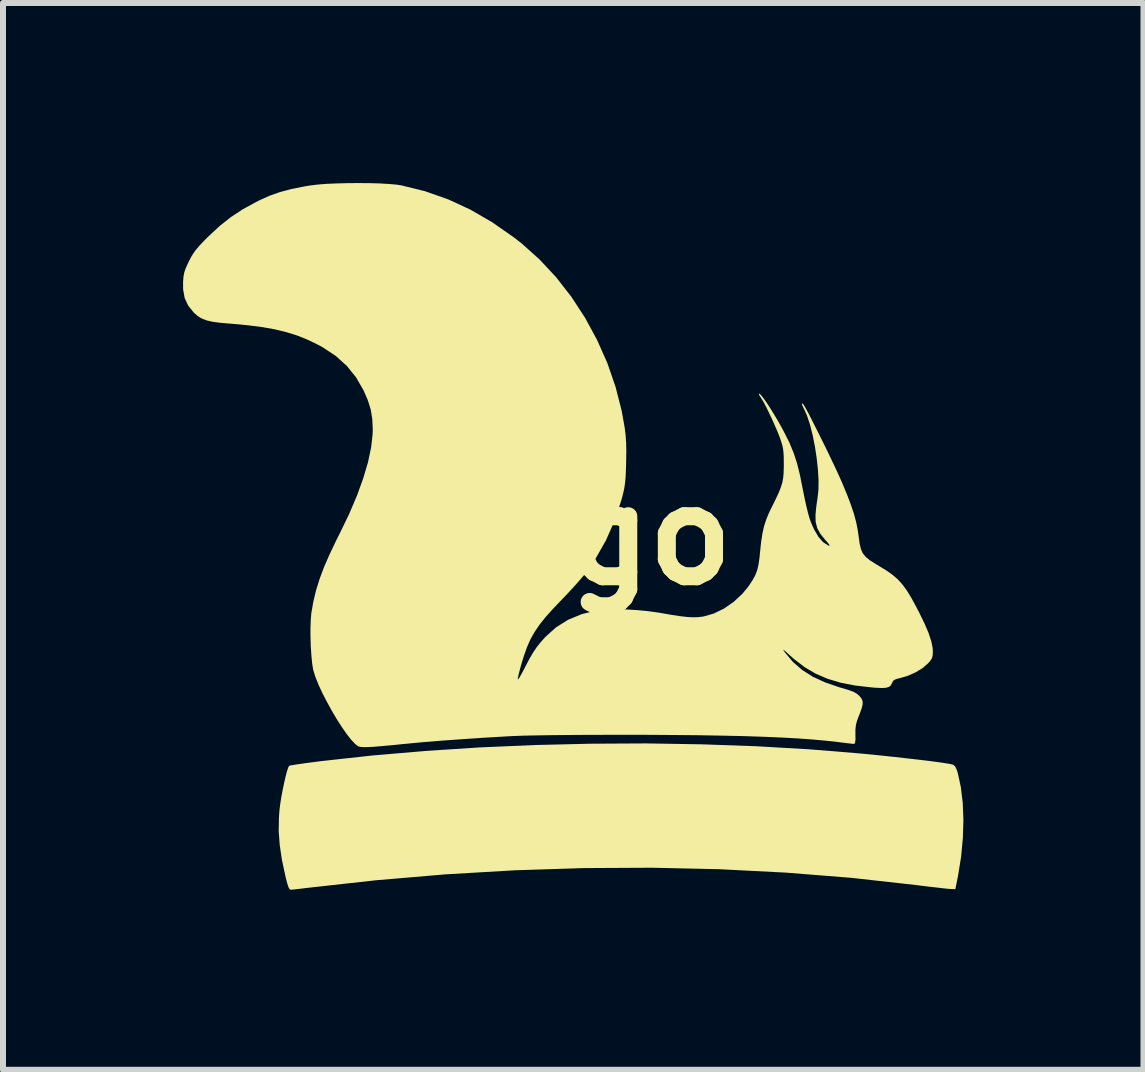
<source format=kicad_pcb>
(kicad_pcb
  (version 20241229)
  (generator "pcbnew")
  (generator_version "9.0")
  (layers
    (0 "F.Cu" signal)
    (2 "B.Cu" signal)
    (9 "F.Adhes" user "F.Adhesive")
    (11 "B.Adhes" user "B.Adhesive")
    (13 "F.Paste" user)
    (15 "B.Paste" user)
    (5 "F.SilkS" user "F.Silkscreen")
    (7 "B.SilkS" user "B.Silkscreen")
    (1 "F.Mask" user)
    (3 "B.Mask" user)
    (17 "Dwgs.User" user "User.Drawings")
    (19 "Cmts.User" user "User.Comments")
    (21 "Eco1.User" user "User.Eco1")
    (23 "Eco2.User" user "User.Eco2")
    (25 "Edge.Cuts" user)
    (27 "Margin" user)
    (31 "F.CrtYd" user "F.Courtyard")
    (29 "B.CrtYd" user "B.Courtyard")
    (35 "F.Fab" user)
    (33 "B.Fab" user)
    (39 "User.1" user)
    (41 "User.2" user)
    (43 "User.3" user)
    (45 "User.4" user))
  (footprint "Logo"
    (layer "F.Cu")
    (at 6.488 5.872)
    (property "Reference" "Logo" (at 0 0 0) (layer "F.SilkS") (effects (font (size 1.5 1.5) (thickness 0.3))))
    (attr board_only exclude_from_pos_files exclude_from_bom)
    (fp_poly (pts (xy 2.149 3.478) (xy 3.056 3.51) (xy 3.941 3.561) (xy 4.737 3.626) (xy 4.944 3.645) (xy 5.152 3.666) (xy 5.357 3.688) (xy 5.554 3.71) (xy 5.739 3.731) (xy 5.907 3.751) (xy 6.054 3.77) (xy 6.176 3.787) (xy 6.269 3.802) (xy 6.327 3.814) (xy 6.342 3.818) (xy 6.375 3.847) (xy 6.404 3.91) (xy 6.418 3.955) (xy 6.469 4.19) (xy 6.501 4.454) (xy 6.512 4.739) (xy 6.503 5.04) (xy 6.474 5.348) (xy 6.425 5.656) (xy 6.415 5.707) (xy 6.378 5.891) (xy 6.298 5.888) (xy 6.255 5.885) (xy 6.179 5.877) (xy 6.075 5.865) (xy 5.951 5.851) (xy 5.814 5.834) (xy 5.717 5.822) (xy 4.651 5.703) (xy 3.562 5.616) (xy 2.453 5.559) (xy 1.327 5.534) (xy 0.186 5.54) (xy -0.964 5.577) (xy -2.123 5.645) (xy -3.285 5.744) (xy -4.338 5.861) (xy -4.451 5.874) (xy -4.551 5.886) (xy -4.63 5.895) (xy -4.682 5.9) (xy -4.696 5.901) (xy -4.714 5.891) (xy -4.732 5.858) (xy -4.752 5.797) (xy -4.777 5.702) (xy -4.784 5.671) (xy -4.842 5.4) (xy -4.878 5.153) (xy -4.895 4.922) (xy -4.891 4.697) (xy -4.881 4.562) (xy -4.868 4.465) (xy -4.851 4.355) (xy -4.829 4.239) (xy -4.805 4.124) (xy -4.781 4.019) (xy -4.758 3.931) (xy -4.738 3.868) (xy -4.722 3.837) (xy -4.698 3.83) (xy -4.64 3.82) (xy -4.552 3.807) (xy -4.44 3.791) (xy -4.31 3.774) (xy -4.196 3.759) (xy -3.341 3.665) (xy -2.457 3.589) (xy -1.551 3.53) (xy -0.63 3.49) (xy 0.299 3.468) (xy 1.227 3.463)) (stroke (width 0) (type solid)) (fill yes) (layer "F.SilkS"))
    (fp_poly (pts (xy -3.384 -5.871) (xy -3.212 -5.866) (xy -3.058 -5.857) (xy -2.931 -5.846) (xy -2.848 -5.833) (xy -2.453 -5.735) (xy -2.07 -5.6) (xy -1.698 -5.428) (xy -1.335 -5.217) (xy -0.978 -4.968) (xy -0.847 -4.866) (xy -0.55 -4.6) (xy -0.273 -4.303) (xy -0.019 -3.977) (xy 0.209 -3.628) (xy 0.409 -3.259) (xy 0.58 -2.874) (xy 0.717 -2.477) (xy 0.82 -2.074) (xy 0.869 -1.797) (xy 0.884 -1.676) (xy 0.893 -1.553) (xy 0.896 -1.417) (xy 0.894 -1.255) (xy 0.893 -1.205) (xy 0.889 -1.066) (xy 0.883 -0.957) (xy 0.874 -0.867) (xy 0.862 -0.787) (xy 0.844 -0.705) (xy 0.821 -0.613) (xy 0.706 -0.258) (xy 0.555 0.084) (xy 0.371 0.407) (xy 0.241 0.596) (xy 0.187 0.665) (xy 0.11 0.755) (xy 0.019 0.857) (xy -0.081 0.965) (xy -0.181 1.07) (xy -0.183 1.072) (xy -0.333 1.229) (xy -0.455 1.366) (xy -0.554 1.491) (xy -0.635 1.611) (xy -0.702 1.731) (xy -0.758 1.859) (xy -0.809 2.002) (xy -0.847 2.124) (xy -0.874 2.221) (xy -0.895 2.304) (xy -0.909 2.365) (xy -0.912 2.396) (xy -0.912 2.398) (xy -0.901 2.389) (xy -0.875 2.35) (xy -0.84 2.287) (xy -0.797 2.206) (xy -0.797 2.205) (xy -0.725 2.067) (xy -0.661 1.956) (xy -0.599 1.863) (xy -0.531 1.777) (xy -0.451 1.688) (xy -0.45 1.687) (xy -0.274 1.529) (xy -0.073 1.403) (xy 0.154 1.309) (xy 0.404 1.248) (xy 0.435 1.243) (xy 0.56 1.231) (xy 0.715 1.227) (xy 0.891 1.231) (xy 1.076 1.242) (xy 1.263 1.26) (xy 1.44 1.285) (xy 1.485 1.293) (xy 1.659 1.323) (xy 1.799 1.344) (xy 1.914 1.357) (xy 2.008 1.362) (xy 2.09 1.36) (xy 2.165 1.351) (xy 2.185 1.348) (xy 2.355 1.299) (xy 2.525 1.216) (xy 2.686 1.104) (xy 2.831 0.969) (xy 2.928 0.851) (xy 2.994 0.753) (xy 3.042 0.667) (xy 3.076 0.58) (xy 3.099 0.482) (xy 3.116 0.361) (xy 3.123 0.286) (xy 3.142 0.11) (xy 3.164 -0.035) (xy 3.192 -0.159) (xy 3.229 -0.272) (xy 3.276 -0.385) (xy 3.312 -0.459) (xy 3.381 -0.598) (xy 3.433 -0.709) (xy 3.47 -0.801) (xy 3.495 -0.882) (xy 3.51 -0.962) (xy 3.517 -1.048) (xy 3.52 -1.148) (xy 3.52 -1.184) (xy 3.519 -1.298) (xy 3.515 -1.384) (xy 3.506 -1.454) (xy 3.491 -1.519) (xy 3.467 -1.593) (xy 3.464 -1.603) (xy 3.431 -1.692) (xy 3.386 -1.798) (xy 3.335 -1.914) (xy 3.281 -2.029) (xy 3.23 -2.135) (xy 3.184 -2.222) (xy 3.148 -2.281) (xy 3.145 -2.286) (xy 3.117 -2.329) (xy 3.104 -2.357) (xy 3.104 -2.359) (xy 3.113 -2.365) (xy 3.14 -2.34) (xy 3.18 -2.289) (xy 3.232 -2.216) (xy 3.291 -2.126) (xy 3.355 -2.023) (xy 3.421 -1.912) (xy 3.486 -1.797) (xy 3.521 -1.731) (xy 3.614 -1.546) (xy 3.685 -1.373) (xy 3.742 -1.198) (xy 3.79 -1.004) (xy 3.807 -0.917) (xy 3.844 -0.732) (xy 3.875 -0.58) (xy 3.903 -0.458) (xy 3.928 -0.358) (xy 3.952 -0.276) (xy 3.978 -0.206) (xy 4.006 -0.142) (xy 4.025 -0.101) (xy 4.098 0.023) (xy 4.174 0.11) (xy 4.256 0.163) (xy 4.276 0.171) (xy 4.284 0.166) (xy 4.266 0.136) (xy 4.223 0.086) (xy 4.218 0.082) (xy 4.131 -0.025) (xy 4.076 -0.125) (xy 4.05 -0.231) (xy 4.048 -0.354) (xy 4.049 -0.355) (xy 4.058 -0.455) (xy 4.072 -0.562) (xy 4.083 -0.633) (xy 4.097 -0.763) (xy 4.099 -0.923) (xy 4.088 -1.103) (xy 4.067 -1.295) (xy 4.037 -1.489) (xy 4 -1.676) (xy 3.956 -1.849) (xy 3.907 -1.997) (xy 3.867 -2.086) (xy 3.835 -2.153) (xy 3.821 -2.19) (xy 3.824 -2.201) (xy 3.839 -2.194) (xy 3.855 -2.172) (xy 3.886 -2.118) (xy 3.93 -2.037) (xy 3.983 -1.934) (xy 4.044 -1.813) (xy 4.11 -1.681) (xy 4.179 -1.543) (xy 4.248 -1.402) (xy 4.314 -1.264) (xy 4.376 -1.134) (xy 4.43 -1.017) (xy 4.474 -0.919) (xy 4.49 -0.883) (xy 4.573 -0.683) (xy 4.638 -0.512) (xy 4.688 -0.362) (xy 4.725 -0.225) (xy 4.751 -0.094) (xy 4.767 0.016) (xy 4.783 0.133) (xy 4.804 0.223) (xy 4.835 0.294) (xy 4.883 0.354) (xy 4.953 0.412) (xy 5.051 0.474) (xy 5.112 0.511) (xy 5.232 0.584) (xy 5.333 0.656) (xy 5.42 0.731) (xy 5.498 0.817) (xy 5.572 0.919) (xy 5.648 1.044) (xy 5.731 1.198) (xy 5.776 1.284) (xy 5.866 1.469) (xy 5.932 1.625) (xy 5.976 1.757) (xy 5.999 1.867) (xy 6.003 1.931) (xy 6 1.998) (xy 5.987 2.046) (xy 5.956 2.092) (xy 5.921 2.131) (xy 5.831 2.209) (xy 5.714 2.28) (xy 5.583 2.338) (xy 5.46 2.374) (xy 5.391 2.391) (xy 5.352 2.411) (xy 5.331 2.44) (xy 5.324 2.456) (xy 5.304 2.495) (xy 5.273 2.521) (xy 5.223 2.536) (xy 5.149 2.54) (xy 5.044 2.535) (xy 4.99 2.531) (xy 4.712 2.499) (xy 4.467 2.452) (xy 4.248 2.386) (xy 4.05 2.301) (xy 3.866 2.192) (xy 3.691 2.058) (xy 3.615 1.991) (xy 3.554 1.935) (xy 3.519 1.906) (xy 3.509 1.901) (xy 3.52 1.92) (xy 3.541 1.95) (xy 3.671 2.105) (xy 3.823 2.237) (xy 4.001 2.351) (xy 4.209 2.447) (xy 4.451 2.53) (xy 4.502 2.544) (xy 4.607 2.576) (xy 4.682 2.604) (xy 4.736 2.635) (xy 4.773 2.666) (xy 4.812 2.712) (xy 4.832 2.757) (xy 4.834 2.811) (xy 4.816 2.883) (xy 4.78 2.981) (xy 4.774 2.995) (xy 4.74 3.085) (xy 4.721 3.158) (xy 4.713 3.231) (xy 4.713 3.313) (xy 4.714 3.398) (xy 4.708 3.448) (xy 4.697 3.469) (xy 4.691 3.471) (xy 4.661 3.469) (xy 4.599 3.462) (xy 4.516 3.452) (xy 4.43 3.441) (xy 4.233 3.419) (xy 4.014 3.399) (xy 3.77 3.381) (xy 3.5 3.366) (xy 3.202 3.353) (xy 2.874 3.342) (xy 2.513 3.334) (xy 2.119 3.327) (xy 1.689 3.323) (xy 1.222 3.32) (xy 0.939 3.32) (xy 0.556 3.32) (xy 0.207 3.321) (xy -0.106 3.323) (xy -0.384 3.326) (xy -0.623 3.33) (xy -0.825 3.334) (xy -0.987 3.34) (xy -1.062 3.344) (xy -1.469 3.368) (xy -1.846 3.393) (xy -2.191 3.418) (xy -2.499 3.443) (xy -2.77 3.469) (xy -2.807 3.472) (xy -3.011 3.493) (xy -3.177 3.508) (xy -3.309 3.519) (xy -3.411 3.524) (xy -3.486 3.525) (xy -3.536 3.521) (xy -3.565 3.514) (xy -3.618 3.476) (xy -3.684 3.406) (xy -3.76 3.31) (xy -3.842 3.192) (xy -3.927 3.06) (xy -4.011 2.917) (xy -4.092 2.77) (xy -4.167 2.625) (xy -4.231 2.486) (xy -4.282 2.36) (xy -4.316 2.251) (xy -4.321 2.233) (xy -4.337 2.133) (xy -4.35 2.003) (xy -4.36 1.855) (xy -4.365 1.699) (xy -4.366 1.547) (xy -4.361 1.41) (xy -4.352 1.298) (xy -4.35 1.284) (xy -4.317 1.097) (xy -4.273 0.914) (xy -4.215 0.727) (xy -4.141 0.529) (xy -4.048 0.315) (xy -3.935 0.078) (xy -3.875 -0.041) (xy -3.721 -0.36) (xy -3.591 -0.665) (xy -3.487 -0.953) (xy -3.407 -1.222) (xy -3.355 -1.469) (xy -3.33 -1.691) (xy -3.328 -1.765) (xy -3.336 -1.941) (xy -3.362 -2.1) (xy -3.411 -2.257) (xy -3.482 -2.42) (xy -3.606 -2.635) (xy -3.759 -2.825) (xy -3.944 -2.992) (xy -4.163 -3.137) (xy -4.247 -3.182) (xy -4.417 -3.264) (xy -4.587 -3.332) (xy -4.766 -3.388) (xy -4.958 -3.435) (xy -5.171 -3.473) (xy -5.41 -3.503) (xy -5.683 -3.529) (xy -5.727 -3.532) (xy -5.883 -3.546) (xy -6.005 -3.563) (xy -6.101 -3.586) (xy -6.177 -3.616) (xy -6.242 -3.655) (xy -6.303 -3.708) (xy -6.31 -3.715) (xy -6.402 -3.829) (xy -6.461 -3.954) (xy -6.487 -4.099) (xy -6.488 -4.221) (xy -6.482 -4.307) (xy -6.47 -4.376) (xy -6.448 -4.444) (xy -6.412 -4.525) (xy -6.391 -4.568) (xy -6.353 -4.642) (xy -6.314 -4.706) (xy -6.269 -4.767) (xy -6.211 -4.834) (xy -6.134 -4.915) (xy -6.066 -4.983) (xy -5.881 -5.155) (xy -5.695 -5.303) (xy -5.496 -5.434) (xy -5.271 -5.557) (xy -5.214 -5.586) (xy -5.047 -5.661) (xy -4.874 -5.722) (xy -4.684 -5.773) (xy -4.467 -5.816) (xy -4.365 -5.833) (xy -4.246 -5.847) (xy -4.099 -5.859) (xy -3.932 -5.866) (xy -3.751 -5.871) (xy -3.566 -5.872)) (stroke (width 0) (type solid)) (fill yes) (layer "F.SilkS")))
  (gr_rect
    (start -3 -3)
    (end 16 14.773)
    (stroke (width 0.1) (type default))
    (fill no)
    (layer "Edge.Cuts")))
</source>
